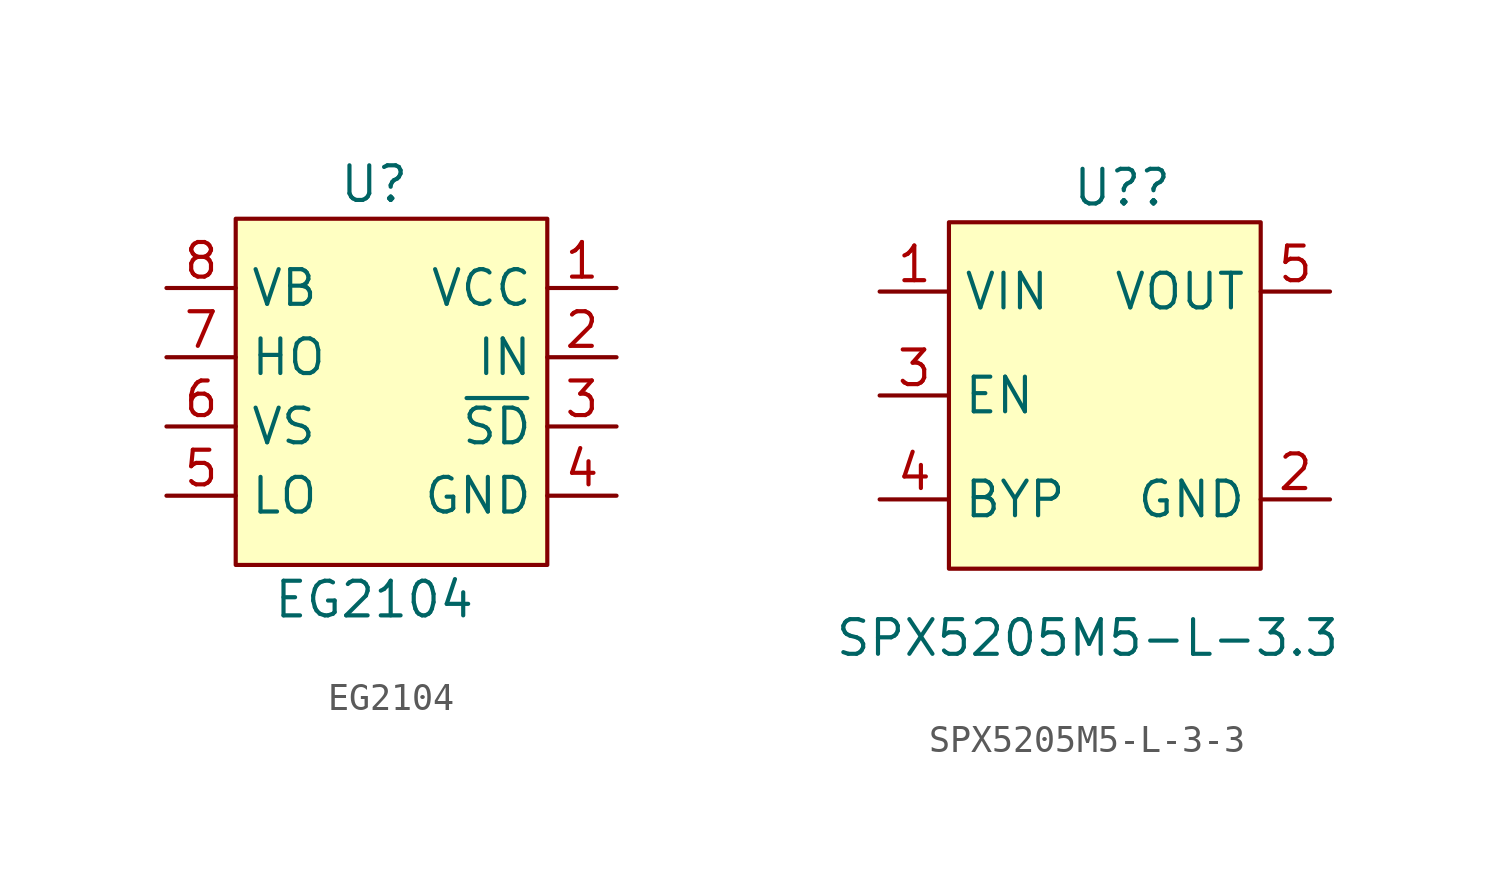
<source format=kicad_sym>
(kicad_symbol_lib
  (version 20220914)
  (generator kicad_symbol_editor)
  (symbol "EG2104"
    (property "Reference" "U"
      (at 0 7.62 0)
      (effects (font (size 1.27 1.27))))
    (property "Value" "EG2104"
      (at 0 -7.62 0)
      (effects (font (size 1.27 1.27))))
    (symbol "EG2104_0_1"
      (rectangle (start -5.08 6.35) (end 6.35 -6.35) (stroke (width 0) (type default)) (fill (type background))))
    (symbol "EG2104_1_1"
      (pin power_in line (at 8.89 3.81 180) (length 2.54) (name "VCC" (effects (font (size 1.27 1.27)))) (number "1" (effects (font (size 1.27 1.27)))))
      (pin input line (at 8.89 1.27 180) (length 2.54) (name "IN" (effects (font (size 1.27 1.27)))) (number "2" (effects (font (size 1.27 1.27)))))
      (pin input line (at 8.89 -1.27 180) (length 2.54) (name "~{SD}" (effects (font (size 1.27 1.27)))) (number "3" (effects (font (size 1.27 1.27)))))
      (pin power_out line (at 8.89 -3.81 180) (length 2.54) (name "GND" (effects (font (size 1.27 1.27)))) (number "4" (effects (font (size 1.27 1.27)))))
      (pin output line (at -7.62 -3.81 0) (length 2.54) (name "LO" (effects (font (size 1.27 1.27)))) (number "5" (effects (font (size 1.27 1.27)))))
      (pin output line (at -7.62 -1.27 0) (length 2.54) (name "VS" (effects (font (size 1.27 1.27)))) (number "6" (effects (font (size 1.27 1.27)))))
      (pin output line (at -7.62 1.27 0) (length 2.54) (name "HO" (effects (font (size 1.27 1.27)))) (number "7" (effects (font (size 1.27 1.27)))))
      (pin power_in line (at -7.62 3.81 0) (length 2.54) (name "VB" (effects (font (size 1.27 1.27)))) (number "8" (effects (font (size 1.27 1.27)))))))
  (symbol "SPX5205M5-L-3-3"
    (property "Reference" "U?"
      (at 0 5.08 0)
      (effects (font (size 1.27 1.27))))
    (property "Value" "SPX5205M5-L-3.3"
      (at -1.27 -11.43 0)
      (effects (font (size 1.27 1.27))))
    (symbol "SPX5205M5-L-3-3_1_1"
      (rectangle (start -6.35 3.81) (end 5.08 -8.89) (stroke (width 0) (type default)) (fill (type background)))
      (pin power_in line (at -8.89 1.27 0) (length 2.54) (name "VIN" (effects (font (size 1.27 1.27)))) (number "1" (effects (font (size 1.27 1.27)))))
      (pin power_in line (at 7.62 -6.35 180) (length 2.54) (name "GND" (effects (font (size 1.27 1.27)))) (number "2" (effects (font (size 1.27 1.27)))))
      (pin input line (at -8.89 -2.54 0) (length 2.54) (name "EN" (effects (font (size 1.27 1.27)))) (number "3" (effects (font (size 1.27 1.27)))))
      (pin input line (at -8.89 -6.35 0) (length 2.54) (name "BYP" (effects (font (size 1.27 1.27)))) (number "4" (effects (font (size 1.27 1.27)))))
      (pin power_out line (at 7.62 1.27 180) (length 2.54) (name "VOUT" (effects (font (size 1.27 1.27)))) (number "5" (effects (font (size 1.27 1.27))))))))
</source>
